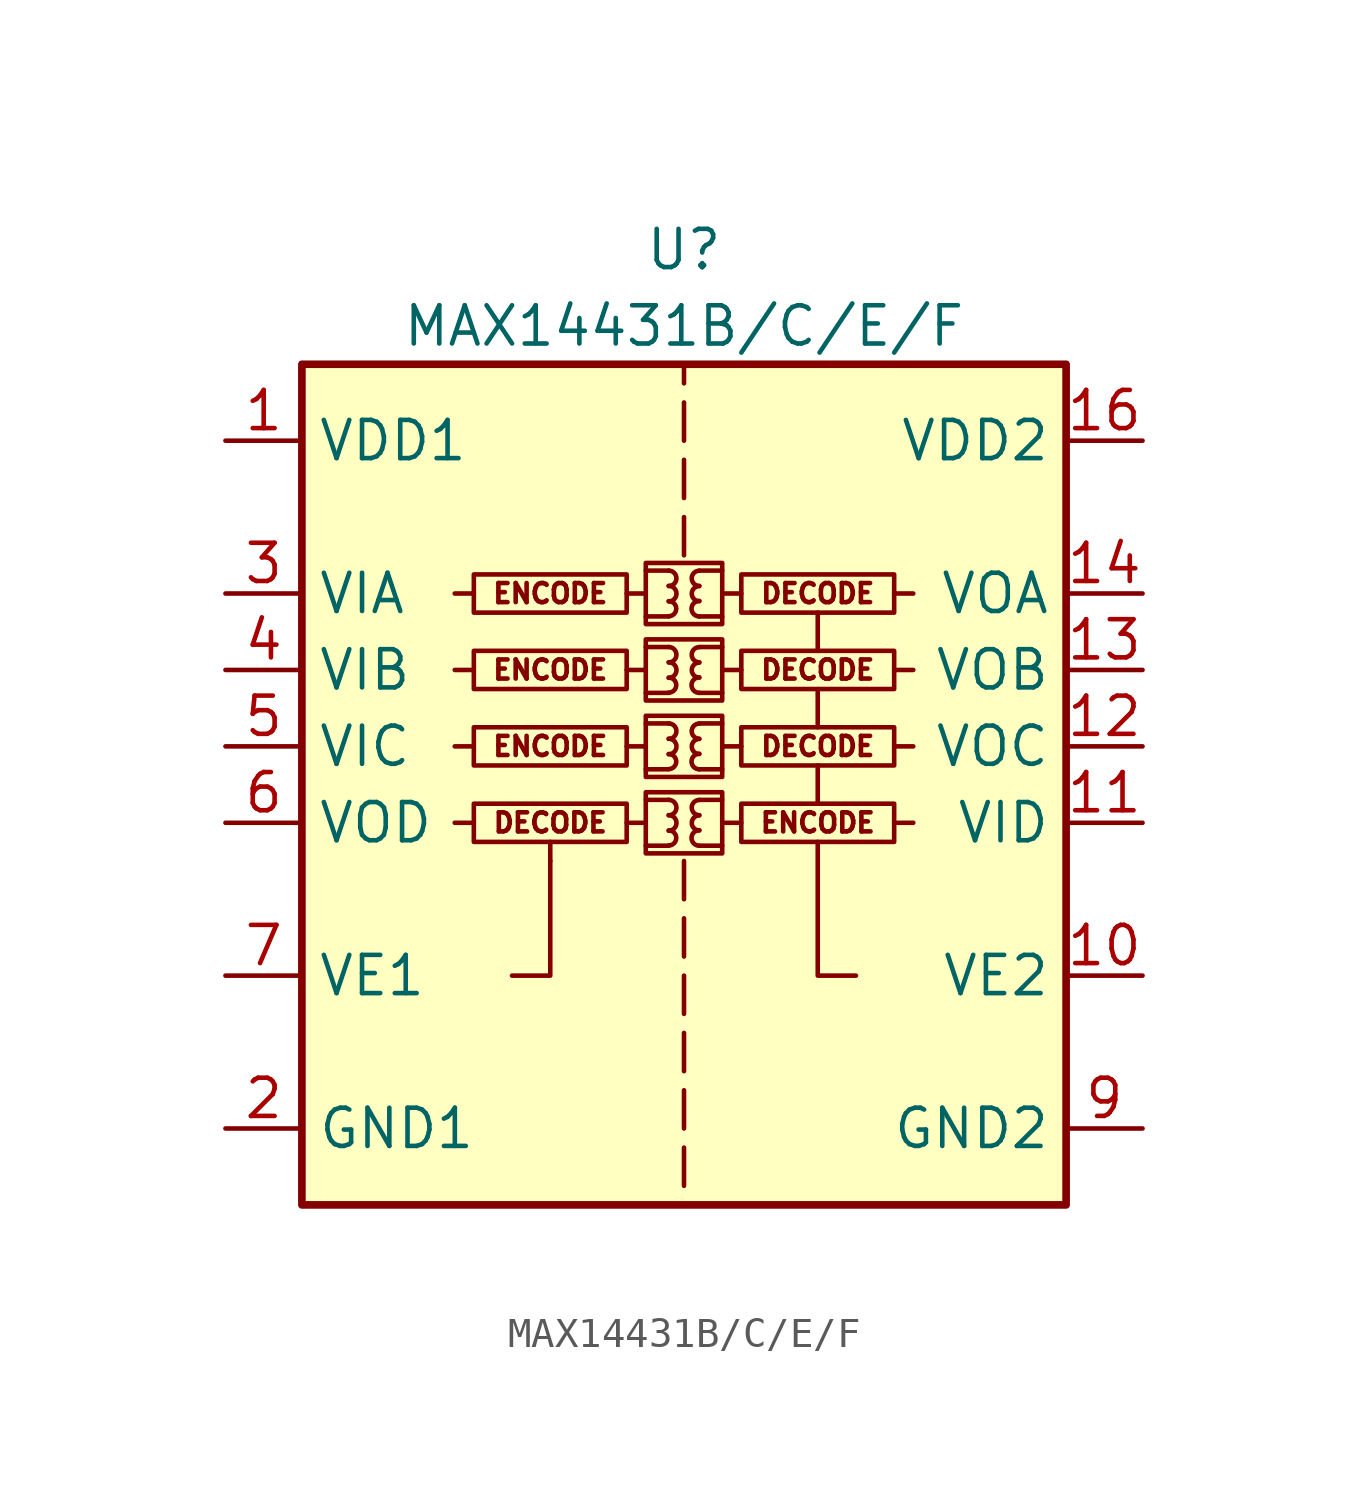
<source format=kicad_sym>
(kicad_symbol_lib
  (version 20231120)
  (generator "kicad_symbol_editor")
  (generator_version "8.0")
  (symbol "MAX14431B/C/E/F"
    (property "Reference" "U"
      (at 0 19.05 0)
      (effects (font (size 1.27 1.27))))
    (property "Value" "MAX14431B/C/E/F"
      (at 0 16.51 0)
      (effects (font (size 1.27 1.27))))
    (symbol "MAX14431B/C/E/F_0_0"
      (rectangle (start -1.905 0.635) (end -6.985 -0.635) (stroke (width 0) (type default)) (fill (type none)))
      (rectangle (start -1.27 1.016) (end 1.27 -1.016) (stroke (width 0) (type default)) (fill (type none)))
      (rectangle (start -1.27 3.556) (end 1.27 1.524) (stroke (width 0) (type default)) (fill (type none)))
      (rectangle (start -1.27 6.096) (end 1.27 4.064) (stroke (width 0) (type default)) (fill (type none)))
      (rectangle (start -1.27 8.636) (end 1.27 6.604) (stroke (width 0) (type default)) (fill (type none)))
      (arc (start -0.508 -0.762) (mid -0.2551 -0.508) (end -0.508 -0.254) (stroke (width 0) (type default)) (fill (type none)))
      (arc (start -0.508 -0.254) (mid -0.2551 0) (end -0.508 0.254) (stroke (width 0) (type default)) (fill (type none)))
      (arc (start -0.508 0.254) (mid -0.2551 0.508) (end -0.508 0.762) (stroke (width 0) (type default)) (fill (type none)))
      (arc (start -0.508 1.778) (mid -0.2551 2.032) (end -0.508 2.286) (stroke (width 0) (type default)) (fill (type none)))
      (arc (start -0.508 2.286) (mid -0.2551 2.54) (end -0.508 2.794) (stroke (width 0) (type default)) (fill (type none)))
      (arc (start -0.508 2.794) (mid -0.2551 3.048) (end -0.508 3.302) (stroke (width 0) (type default)) (fill (type none)))
      (arc (start -0.508 4.318) (mid -0.2551 4.572) (end -0.508 4.826) (stroke (width 0) (type default)) (fill (type none)))
      (arc (start -0.508 4.826) (mid -0.2551 5.08) (end -0.508 5.334) (stroke (width 0) (type default)) (fill (type none)))
      (arc (start -0.508 5.334) (mid -0.2551 5.588) (end -0.508 5.842) (stroke (width 0) (type default)) (fill (type none)))
      (arc (start -0.508 6.858) (mid -0.2551 7.112) (end -0.508 7.366) (stroke (width 0) (type default)) (fill (type none)))
      (arc (start -0.508 7.366) (mid -0.2551 7.62) (end -0.508 7.874) (stroke (width 0) (type default)) (fill (type none)))
      (arc (start -0.508 7.874) (mid -0.2551 8.128) (end -0.508 8.382) (stroke (width 0) (type default)) (fill (type none)))
      (polyline (pts (xy -6.985 0) (xy -7.62 0)) (stroke (width 0) (type default)) (fill (type none)))
      (polyline (pts (xy -6.985 2.54) (xy -7.62 2.54)) (stroke (width 0) (type default)) (fill (type none)))
      (polyline (pts (xy -6.985 5.08) (xy -7.62 5.08)) (stroke (width 0) (type default)) (fill (type none)))
      (polyline (pts (xy -6.985 7.62) (xy -7.62 7.62)) (stroke (width 0) (type default)) (fill (type none)))
      (polyline (pts (xy -4.445 -1.27) (xy -4.445 -0.635)) (stroke (width 0) (type default)) (fill (type none)))
      (polyline (pts (xy -1.905 0) (xy -1.27 0)) (stroke (width 0) (type default)) (fill (type none)))
      (polyline (pts (xy -1.905 2.54) (xy -1.27 2.54)) (stroke (width 0) (type default)) (fill (type none)))
      (polyline (pts (xy -1.905 5.08) (xy -1.27 5.08)) (stroke (width 0) (type default)) (fill (type none)))
      (polyline (pts (xy -1.905 7.62) (xy -1.27 7.62)) (stroke (width 0) (type default)) (fill (type none)))
      (polyline (pts (xy -1.27 -0.762) (xy -0.508 -0.762)) (stroke (width 0) (type default)) (fill (type none)))
      (polyline (pts (xy -1.27 0.762) (xy -0.508 0.762)) (stroke (width 0) (type default)) (fill (type none)))
      (polyline (pts (xy -1.27 1.778) (xy -0.508 1.778)) (stroke (width 0) (type default)) (fill (type none)))
      (polyline (pts (xy -1.27 3.302) (xy -0.508 3.302)) (stroke (width 0) (type default)) (fill (type none)))
      (polyline (pts (xy -1.27 4.318) (xy -0.508 4.318)) (stroke (width 0) (type default)) (fill (type none)))
      (polyline (pts (xy -1.27 5.842) (xy -0.508 5.842)) (stroke (width 0) (type default)) (fill (type none)))
      (polyline (pts (xy -1.27 6.858) (xy -0.508 6.858)) (stroke (width 0) (type default)) (fill (type none)))
      (polyline (pts (xy -1.27 8.382) (xy -0.508 8.382)) (stroke (width 0) (type default)) (fill (type none)))
      (polyline (pts (xy 0 -10.795) (xy 0 -12.065)) (stroke (width 0) (type default)) (fill (type none)))
      (polyline (pts (xy 0 -8.89) (xy 0 -10.16)) (stroke (width 0) (type default)) (fill (type none)))
      (polyline (pts (xy 0 -6.985) (xy 0 -8.255)) (stroke (width 0) (type default)) (fill (type none)))
      (polyline (pts (xy 0 -5.08) (xy 0 -6.35)) (stroke (width 0) (type default)) (fill (type none)))
      (polyline (pts (xy 0 -3.175) (xy 0 -4.445)) (stroke (width 0) (type default)) (fill (type none)))
      (polyline (pts (xy 0 -1.27) (xy 0 -2.54)) (stroke (width 0) (type default)) (fill (type none)))
      (polyline (pts (xy 0 8.89) (xy 0 10.16)) (stroke (width 0) (type default)) (fill (type none)))
      (polyline (pts (xy 0 10.795) (xy 0 12.065)) (stroke (width 0) (type default)) (fill (type none)))
      (polyline (pts (xy 0 12.7) (xy 0 13.97)) (stroke (width 0) (type default)) (fill (type none)))
      (polyline (pts (xy 0 15.24) (xy 0 14.605)) (stroke (width 0) (type default)) (fill (type none)))
      (polyline (pts (xy 1.27 -0.762) (xy 0.508 -0.762)) (stroke (width 0) (type default)) (fill (type none)))
      (polyline (pts (xy 1.27 0.762) (xy 0.508 0.762)) (stroke (width 0) (type default)) (fill (type none)))
      (polyline (pts (xy 1.27 1.778) (xy 0.508 1.778)) (stroke (width 0) (type default)) (fill (type none)))
      (polyline (pts (xy 1.27 3.302) (xy 0.508 3.302)) (stroke (width 0) (type default)) (fill (type none)))
      (polyline (pts (xy 1.27 4.318) (xy 0.508 4.318)) (stroke (width 0) (type default)) (fill (type none)))
      (polyline (pts (xy 1.27 5.842) (xy 0.508 5.842)) (stroke (width 0) (type default)) (fill (type none)))
      (polyline (pts (xy 1.27 6.858) (xy 0.508 6.858)) (stroke (width 0) (type default)) (fill (type none)))
      (polyline (pts (xy 1.27 8.382) (xy 0.508 8.382)) (stroke (width 0) (type default)) (fill (type none)))
      (polyline (pts (xy 1.905 0) (xy 1.27 0)) (stroke (width 0) (type default)) (fill (type none)))
      (polyline (pts (xy 1.905 2.54) (xy 1.27 2.54)) (stroke (width 0) (type default)) (fill (type none)))
      (polyline (pts (xy 1.905 5.08) (xy 1.27 5.08)) (stroke (width 0) (type default)) (fill (type none)))
      (polyline (pts (xy 1.905 7.62) (xy 1.27 7.62)) (stroke (width 0) (type default)) (fill (type none)))
      (polyline (pts (xy 4.445 0.635) (xy 4.445 1.905)) (stroke (width 0) (type default)) (fill (type none)))
      (polyline (pts (xy 4.445 3.175) (xy 4.445 4.445)) (stroke (width 0) (type default)) (fill (type none)))
      (polyline (pts (xy 4.445 5.715) (xy 4.445 6.985)) (stroke (width 0) (type default)) (fill (type none)))
      (polyline (pts (xy 6.985 0) (xy 7.62 0)) (stroke (width 0) (type default)) (fill (type none)))
      (polyline (pts (xy 6.985 2.54) (xy 7.62 2.54)) (stroke (width 0) (type default)) (fill (type none)))
      (polyline (pts (xy 6.985 5.08) (xy 7.62 5.08)) (stroke (width 0) (type default)) (fill (type none)))
      (polyline (pts (xy 6.985 7.62) (xy 7.62 7.62)) (stroke (width 0) (type default)) (fill (type none)))
      (polyline (pts (xy -4.445 -1.27) (xy -4.445 -5.08) (xy -5.715 -5.08)) (stroke (width 0) (type default)) (fill (type none)))
      (polyline (pts (xy 5.715 -5.08) (xy 4.445 -5.08) (xy 4.445 -0.635)) (stroke (width 0) (type default)) (fill (type none)))
      (arc (start 0.508 -0.254) (mid 0.2551 -0.508) (end 0.508 -0.762) (stroke (width 0) (type default)) (fill (type none)))
      (arc (start 0.508 0.254) (mid 0.2551 0) (end 0.508 -0.254) (stroke (width 0) (type default)) (fill (type none)))
      (arc (start 0.508 0.762) (mid 0.2551 0.508) (end 0.508 0.254) (stroke (width 0) (type default)) (fill (type none)))
      (arc (start 0.508 2.286) (mid 0.2551 2.032) (end 0.508 1.778) (stroke (width 0) (type default)) (fill (type none)))
      (arc (start 0.508 2.794) (mid 0.2551 2.54) (end 0.508 2.286) (stroke (width 0) (type default)) (fill (type none)))
      (arc (start 0.508 3.302) (mid 0.2551 3.048) (end 0.508 2.794) (stroke (width 0) (type default)) (fill (type none)))
      (arc (start 0.508 4.826) (mid 0.2551 4.572) (end 0.508 4.318) (stroke (width 0) (type default)) (fill (type none)))
      (arc (start 0.508 5.334) (mid 0.2551 5.08) (end 0.508 4.826) (stroke (width 0) (type default)) (fill (type none)))
      (arc (start 0.508 5.842) (mid 0.2551 5.588) (end 0.508 5.334) (stroke (width 0) (type default)) (fill (type none)))
      (arc (start 0.508 7.366) (mid 0.2551 7.112) (end 0.508 6.858) (stroke (width 0) (type default)) (fill (type none)))
      (arc (start 0.508 7.874) (mid 0.2551 7.62) (end 0.508 7.366) (stroke (width 0) (type default)) (fill (type none)))
      (arc (start 0.508 8.382) (mid 0.2551 8.128) (end 0.508 7.874) (stroke (width 0) (type default)) (fill (type none)))
      (rectangle (start 1.905 0.635) (end 6.985 -0.635) (stroke (width 0) (type default)) (fill (type none)))
      (rectangle (start 1.905 3.175) (end 6.985 1.905) (stroke (width 0) (type default)) (fill (type none)))
      (rectangle (start 1.905 5.715) (end 6.985 4.445) (stroke (width 0) (type default)) (fill (type none)))
      (rectangle (start 1.905 8.255) (end 6.985 6.985) (stroke (width 0) (type default)) (fill (type none)))
      (text "DECODE" (at -4.445 0 0) (effects (font (size 0.635 0.635))))
      (text "DECODE" (at 4.445 2.54 0) (effects (font (size 0.635 0.635))))
      (text "DECODE" (at 4.445 5.08 0) (effects (font (size 0.635 0.635))))
      (text "DECODE" (at 4.445 7.62 0) (effects (font (size 0.635 0.635))))
      (text "ENCODE" (at -4.445 2.54 0) (effects (font (size 0.635 0.635))))
      (text "ENCODE" (at -4.445 5.08 0) (effects (font (size 0.635 0.635))))
      (text "ENCODE" (at -4.445 7.62 0) (effects (font (size 0.635 0.635))))
      (text "ENCODE" (at 4.445 0 0) (effects (font (size 0.635 0.635)))))
    (symbol "MAX14431B/C/E/F_0_1"
      (rectangle (start -12.7 15.24) (end 12.7 -12.7) (stroke (width 0.254) (type default)) (fill (type background)))
      (rectangle (start -1.905 3.175) (end -6.985 1.905) (stroke (width 0) (type default)) (fill (type none)))
      (rectangle (start -1.905 5.715) (end -6.985 4.445) (stroke (width 0) (type default)) (fill (type none)))
      (rectangle (start -1.905 8.255) (end -6.985 6.985) (stroke (width 0) (type default)) (fill (type none))))
    (symbol "MAX14431B/C/E/F_1_1"
      (pin power_in line (at -15.24 12.7 0) (length 2.54) (name "VDD1" (effects (font (size 1.27 1.27)))) (number "1" (effects (font (size 1.27 1.27)))))
      (pin input line (at 15.24 -5.08 180) (length 2.54) (name "VE2" (effects (font (size 1.27 1.27)))) (number "10" (effects (font (size 1.27 1.27)))))
      (pin input line (at 15.24 0 180) (length 2.54) (name "VID" (effects (font (size 1.27 1.27)))) (number "11" (effects (font (size 1.27 1.27)))))
      (pin output line (at 15.24 2.54 180) (length 2.54) (name "VOC" (effects (font (size 1.27 1.27)))) (number "12" (effects (font (size 1.27 1.27)))))
      (pin output line (at 15.24 5.08 180) (length 2.54) (name "VOB" (effects (font (size 1.27 1.27)))) (number "13" (effects (font (size 1.27 1.27)))))
      (pin output line (at 15.24 7.62 180) (length 2.54) (name "VOA" (effects (font (size 1.27 1.27)))) (number "14" (effects (font (size 1.27 1.27)))))
      (pin passive line (at 15.24 -10.16 180) (length 2.54) hide (name "GND2" (effects (font (size 1.27 1.27)))) (number "15" (effects (font (size 1.27 1.27)))))
      (pin power_in line (at 15.24 12.7 180) (length 2.54) (name "VDD2" (effects (font (size 1.27 1.27)))) (number "16" (effects (font (size 1.27 1.27)))))
      (pin power_in line (at -15.24 -10.16 0) (length 2.54) (name "GND1" (effects (font (size 1.27 1.27)))) (number "2" (effects (font (size 1.27 1.27)))))
      (pin input line (at -15.24 7.62 0) (length 2.54) (name "VIA" (effects (font (size 1.27 1.27)))) (number "3" (effects (font (size 1.27 1.27)))))
      (pin input line (at -15.24 5.08 0) (length 2.54) (name "VIB" (effects (font (size 1.27 1.27)))) (number "4" (effects (font (size 1.27 1.27)))))
      (pin input line (at -15.24 2.54 0) (length 2.54) (name "VIC" (effects (font (size 1.27 1.27)))) (number "5" (effects (font (size 1.27 1.27)))))
      (pin output line (at -15.24 0 0) (length 2.54) (name "VOD" (effects (font (size 1.27 1.27)))) (number "6" (effects (font (size 1.27 1.27)))))
      (pin input line (at -15.24 -5.08 0) (length 2.54) (name "VE1" (effects (font (size 1.27 1.27)))) (number "7" (effects (font (size 1.27 1.27)))))
      (pin passive line (at -15.24 -10.16 0) (length 2.54) hide (name "GND1" (effects (font (size 1.27 1.27)))) (number "8" (effects (font (size 1.27 1.27)))))
      (pin power_in line (at 15.24 -10.16 180) (length 2.54) (name "GND2" (effects (font (size 1.27 1.27)))) (number "9" (effects (font (size 1.27 1.27))))))))
</source>
